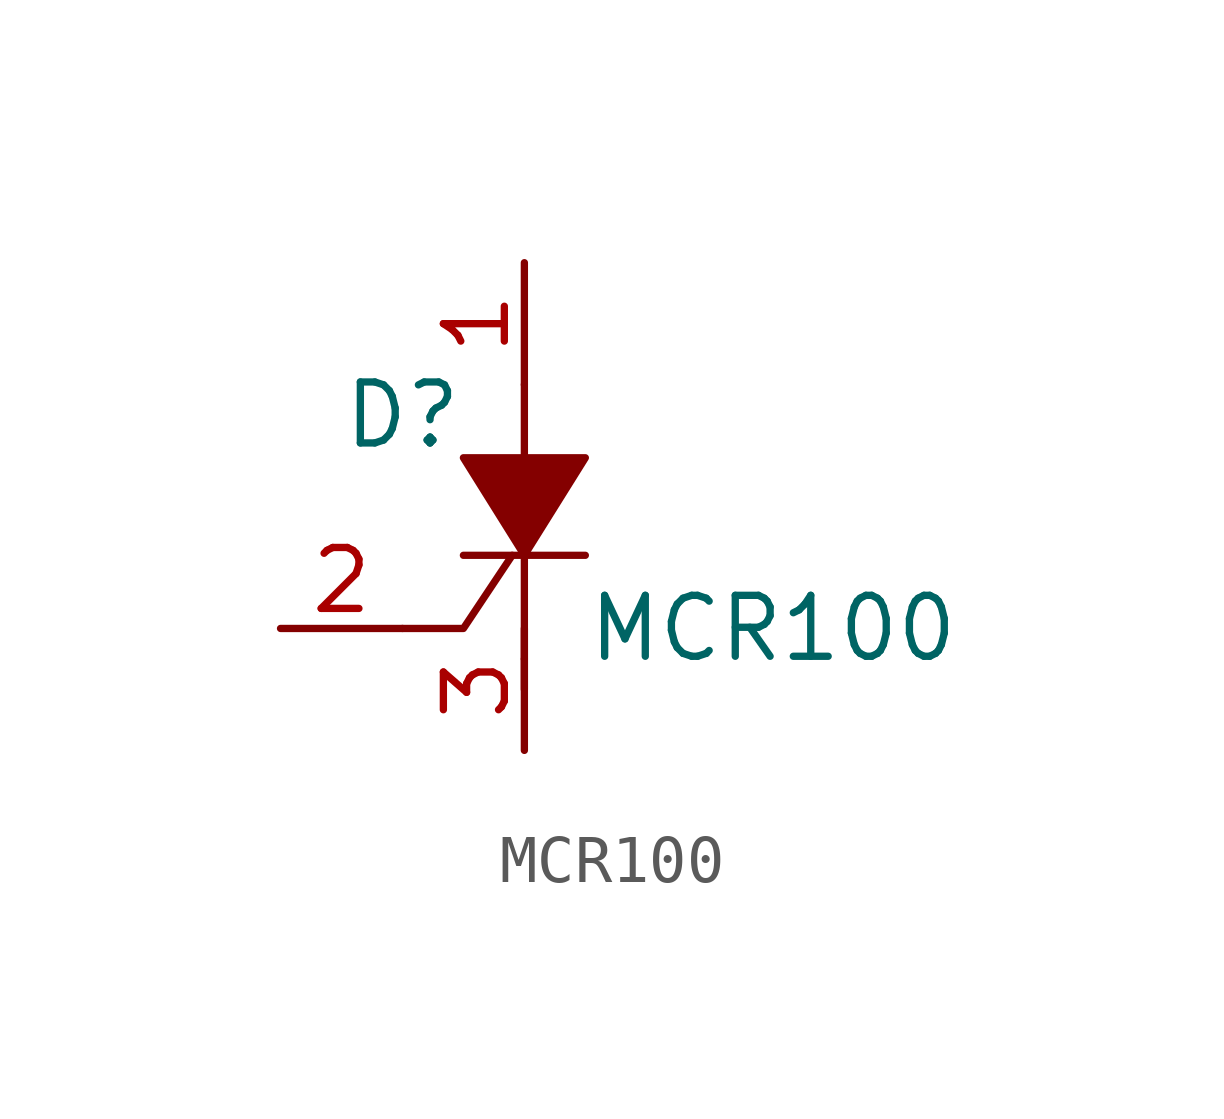
<source format=kicad_sym>
(kicad_symbol_lib
  (version 20211014)
  (generator kicad_symbol_editor)
  (symbol "MCR100"
    (pin_names
      (offset 0) hide)
    (property "Reference" "D"
      (at -2.54 1.905 0)
      (effects (font (size 1.27 1.27))))
    (property "Value" "MCR100"
      (at 1.27 -2.54 0)
      (effects (font (size 1.27 1.27)) (justify left)))
    (symbol "MCR100_0_1"
      (polyline (pts (xy -1.27 -1.016) (xy 1.27 -1.016)) (stroke (width 0) (type default) (color 0 0 0 0)) (fill (type none)))
      (polyline (pts (xy 0 -3.175) (xy 0 -3.81)) (stroke (width 0) (type default) (color 0 0 0 0)) (fill (type none)))
      (polyline (pts (xy 0 -3.175) (xy 0 -0.635)) (stroke (width 0) (type default) (color 0 0 0 0)) (fill (type none)))
      (polyline (pts (xy 0 0.635) (xy 0 2.54)) (stroke (width 0) (type default) (color 0 0 0 0)) (fill (type none)))
      (polyline (pts (xy -0.254 -1.016) (xy -1.27 -2.54) (xy -2.54 -2.54)) (stroke (width 0) (type default) (color 0 0 0 0)) (fill (type none)))
      (polyline (pts (xy 0 -1.016) (xy -1.27 1.016) (xy 1.27 1.016) (xy 0 -1.016)) (stroke (width 0) (type default) (color 0 0 0 0)) (fill (type outline))))
    (symbol "MCR100_1_1"
      (pin passive line (at 0 5.08 270) (length 2.54) (name "A" (effects (font (size 1.27 1.27)))) (number "1" (effects (font (size 1.27 1.27)))))
      (pin input line (at -5.08 -2.54 0) (length 2.54) (name "G" (effects (font (size 1.27 1.27)))) (number "2" (effects (font (size 1.27 1.27)))))
      (pin passive line (at 0 -5.08 90) (length 2.54) (name "C" (effects (font (size 1.27 1.27)))) (number "3" (effects (font (size 1.27 1.27))))))))
</source>
